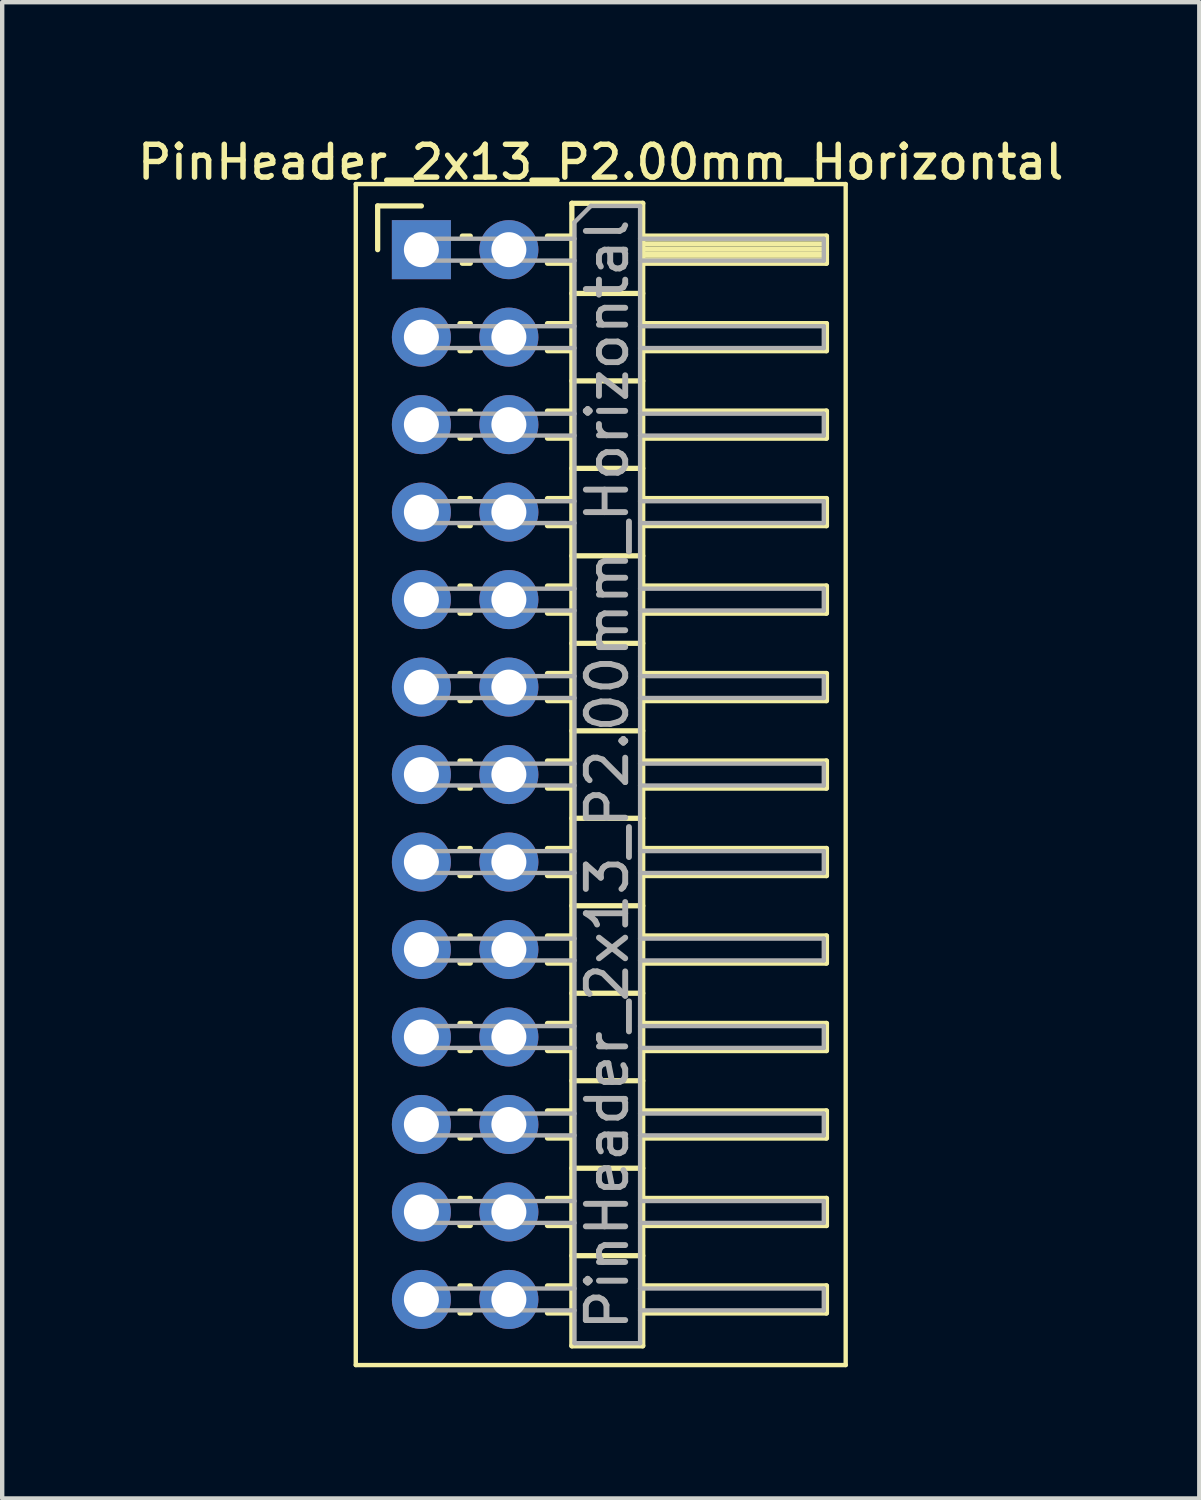
<source format=kicad_pcb>
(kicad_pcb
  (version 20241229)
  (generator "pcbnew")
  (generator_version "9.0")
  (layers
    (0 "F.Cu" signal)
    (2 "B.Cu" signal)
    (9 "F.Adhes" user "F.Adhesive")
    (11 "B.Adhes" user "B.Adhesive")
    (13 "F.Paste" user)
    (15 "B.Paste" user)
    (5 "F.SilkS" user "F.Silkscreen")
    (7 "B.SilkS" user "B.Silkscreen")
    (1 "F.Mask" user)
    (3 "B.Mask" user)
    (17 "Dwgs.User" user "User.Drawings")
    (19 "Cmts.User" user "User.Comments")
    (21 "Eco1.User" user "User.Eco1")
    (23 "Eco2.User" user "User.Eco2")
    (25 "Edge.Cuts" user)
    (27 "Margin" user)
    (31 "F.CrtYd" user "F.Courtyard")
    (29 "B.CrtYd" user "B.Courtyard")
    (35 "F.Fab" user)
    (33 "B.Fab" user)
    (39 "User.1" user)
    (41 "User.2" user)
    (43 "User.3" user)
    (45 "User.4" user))
  (footprint "PinHeader_2x13_P2.00mm_Horizontal"
    (layer "F.Cu")
    (at 6.584 2.658)
    (property "Reference" "PinHeader_2x13_P2.00mm_Horizontal" (at 4.1 -2 0) (layer "F.SilkS") (effects (font (size 0.75 0.75) (thickness 0.125))))
    (attr through_hole)
    (fp_line (start -1.5 -1.5) (end -1.5 25.5) (stroke (width 0.1) (type solid)) (layer "F.SilkS"))
    (fp_line (start -1.5 25.5) (end 9.7 25.5) (stroke (width 0.1) (type solid)) (layer "F.SilkS"))
    (fp_line (start -1 -1) (end 0 -1) (stroke (width 0.12) (type solid)) (layer "F.SilkS"))
    (fp_line (start -1 0) (end -1 -1) (stroke (width 0.12) (type solid)) (layer "F.SilkS"))
    (fp_line (start 0.882 1.69) (end 1.118 1.69) (stroke (width 0.12) (type solid)) (layer "F.SilkS"))
    (fp_line (start 0.882 2.31) (end 1.118 2.31) (stroke (width 0.12) (type solid)) (layer "F.SilkS"))
    (fp_line (start 0.882 3.69) (end 1.118 3.69) (stroke (width 0.12) (type solid)) (layer "F.SilkS"))
    (fp_line (start 0.882 4.31) (end 1.118 4.31) (stroke (width 0.12) (type solid)) (layer "F.SilkS"))
    (fp_line (start 0.882 5.69) (end 1.118 5.69) (stroke (width 0.12) (type solid)) (layer "F.SilkS"))
    (fp_line (start 0.882 6.31) (end 1.118 6.31) (stroke (width 0.12) (type solid)) (layer "F.SilkS"))
    (fp_line (start 0.882 7.69) (end 1.118 7.69) (stroke (width 0.12) (type solid)) (layer "F.SilkS"))
    (fp_line (start 0.882 8.31) (end 1.118 8.31) (stroke (width 0.12) (type solid)) (layer "F.SilkS"))
    (fp_line (start 0.882 9.69) (end 1.118 9.69) (stroke (width 0.12) (type solid)) (layer "F.SilkS"))
    (fp_line (start 0.882 10.31) (end 1.118 10.31) (stroke (width 0.12) (type solid)) (layer "F.SilkS"))
    (fp_line (start 0.882 11.69) (end 1.118 11.69) (stroke (width 0.12) (type solid)) (layer "F.SilkS"))
    (fp_line (start 0.882 12.31) (end 1.118 12.31) (stroke (width 0.12) (type solid)) (layer "F.SilkS"))
    (fp_line (start 0.882 13.69) (end 1.118 13.69) (stroke (width 0.12) (type solid)) (layer "F.SilkS"))
    (fp_line (start 0.882 14.31) (end 1.118 14.31) (stroke (width 0.12) (type solid)) (layer "F.SilkS"))
    (fp_line (start 0.882 15.69) (end 1.118 15.69) (stroke (width 0.12) (type solid)) (layer "F.SilkS"))
    (fp_line (start 0.882 16.31) (end 1.118 16.31) (stroke (width 0.12) (type solid)) (layer "F.SilkS"))
    (fp_line (start 0.882 17.69) (end 1.118 17.69) (stroke (width 0.12) (type solid)) (layer "F.SilkS"))
    (fp_line (start 0.882 18.31) (end 1.118 18.31) (stroke (width 0.12) (type solid)) (layer "F.SilkS"))
    (fp_line (start 0.882 19.69) (end 1.118 19.69) (stroke (width 0.12) (type solid)) (layer "F.SilkS"))
    (fp_line (start 0.882 20.31) (end 1.118 20.31) (stroke (width 0.12) (type solid)) (layer "F.SilkS"))
    (fp_line (start 0.882 21.69) (end 1.118 21.69) (stroke (width 0.12) (type solid)) (layer "F.SilkS"))
    (fp_line (start 0.882 22.31) (end 1.118 22.31) (stroke (width 0.12) (type solid)) (layer "F.SilkS"))
    (fp_line (start 0.882 23.69) (end 1.118 23.69) (stroke (width 0.12) (type solid)) (layer "F.SilkS"))
    (fp_line (start 0.882 24.31) (end 1.118 24.31) (stroke (width 0.12) (type solid)) (layer "F.SilkS"))
    (fp_line (start 0.935 -0.31) (end 1.118 -0.31) (stroke (width 0.12) (type solid)) (layer "F.SilkS"))
    (fp_line (start 0.935 0.31) (end 1.118 0.31) (stroke (width 0.12) (type solid)) (layer "F.SilkS"))
    (fp_line (start 2.882 -0.31) (end 3.44 -0.31) (stroke (width 0.12) (type solid)) (layer "F.SilkS"))
    (fp_line (start 2.882 0.31) (end 3.44 0.31) (stroke (width 0.12) (type solid)) (layer "F.SilkS"))
    (fp_line (start 2.882 1.69) (end 3.44 1.69) (stroke (width 0.12) (type solid)) (layer "F.SilkS"))
    (fp_line (start 2.882 2.31) (end 3.44 2.31) (stroke (width 0.12) (type solid)) (layer "F.SilkS"))
    (fp_line (start 2.882 3.69) (end 3.44 3.69) (stroke (width 0.12) (type solid)) (layer "F.SilkS"))
    (fp_line (start 2.882 4.31) (end 3.44 4.31) (stroke (width 0.12) (type solid)) (layer "F.SilkS"))
    (fp_line (start 2.882 5.69) (end 3.44 5.69) (stroke (width 0.12) (type solid)) (layer "F.SilkS"))
    (fp_line (start 2.882 6.31) (end 3.44 6.31) (stroke (width 0.12) (type solid)) (layer "F.SilkS"))
    (fp_line (start 2.882 7.69) (end 3.44 7.69) (stroke (width 0.12) (type solid)) (layer "F.SilkS"))
    (fp_line (start 2.882 8.31) (end 3.44 8.31) (stroke (width 0.12) (type solid)) (layer "F.SilkS"))
    (fp_line (start 2.882 9.69) (end 3.44 9.69) (stroke (width 0.12) (type solid)) (layer "F.SilkS"))
    (fp_line (start 2.882 10.31) (end 3.44 10.31) (stroke (width 0.12) (type solid)) (layer "F.SilkS"))
    (fp_line (start 2.882 11.69) (end 3.44 11.69) (stroke (width 0.12) (type solid)) (layer "F.SilkS"))
    (fp_line (start 2.882 12.31) (end 3.44 12.31) (stroke (width 0.12) (type solid)) (layer "F.SilkS"))
    (fp_line (start 2.882 13.69) (end 3.44 13.69) (stroke (width 0.12) (type solid)) (layer "F.SilkS"))
    (fp_line (start 2.882 14.31) (end 3.44 14.31) (stroke (width 0.12) (type solid)) (layer "F.SilkS"))
    (fp_line (start 2.882 15.69) (end 3.44 15.69) (stroke (width 0.12) (type solid)) (layer "F.SilkS"))
    (fp_line (start 2.882 16.31) (end 3.44 16.31) (stroke (width 0.12) (type solid)) (layer "F.SilkS"))
    (fp_line (start 2.882 17.69) (end 3.44 17.69) (stroke (width 0.12) (type solid)) (layer "F.SilkS"))
    (fp_line (start 2.882 18.31) (end 3.44 18.31) (stroke (width 0.12) (type solid)) (layer "F.SilkS"))
    (fp_line (start 2.882 19.69) (end 3.44 19.69) (stroke (width 0.12) (type solid)) (layer "F.SilkS"))
    (fp_line (start 2.882 20.31) (end 3.44 20.31) (stroke (width 0.12) (type solid)) (layer "F.SilkS"))
    (fp_line (start 2.882 21.69) (end 3.44 21.69) (stroke (width 0.12) (type solid)) (layer "F.SilkS"))
    (fp_line (start 2.882 22.31) (end 3.44 22.31) (stroke (width 0.12) (type solid)) (layer "F.SilkS"))
    (fp_line (start 2.882 23.69) (end 3.44 23.69) (stroke (width 0.12) (type solid)) (layer "F.SilkS"))
    (fp_line (start 2.882 24.31) (end 3.44 24.31) (stroke (width 0.12) (type solid)) (layer "F.SilkS"))
    (fp_line (start 3.44 -1.06) (end 3.44 25.06) (stroke (width 0.12) (type solid)) (layer "F.SilkS"))
    (fp_line (start 3.44 1) (end 5.06 1) (stroke (width 0.12) (type solid)) (layer "F.SilkS"))
    (fp_line (start 3.44 3) (end 5.06 3) (stroke (width 0.12) (type solid)) (layer "F.SilkS"))
    (fp_line (start 3.44 5) (end 5.06 5) (stroke (width 0.12) (type solid)) (layer "F.SilkS"))
    (fp_line (start 3.44 7) (end 5.06 7) (stroke (width 0.12) (type solid)) (layer "F.SilkS"))
    (fp_line (start 3.44 9) (end 5.06 9) (stroke (width 0.12) (type solid)) (layer "F.SilkS"))
    (fp_line (start 3.44 11) (end 5.06 11) (stroke (width 0.12) (type solid)) (layer "F.SilkS"))
    (fp_line (start 3.44 13) (end 5.06 13) (stroke (width 0.12) (type solid)) (layer "F.SilkS"))
    (fp_line (start 3.44 15) (end 5.06 15) (stroke (width 0.12) (type solid)) (layer "F.SilkS"))
    (fp_line (start 3.44 17) (end 5.06 17) (stroke (width 0.12) (type solid)) (layer "F.SilkS"))
    (fp_line (start 3.44 19) (end 5.06 19) (stroke (width 0.12) (type solid)) (layer "F.SilkS"))
    (fp_line (start 3.44 21) (end 5.06 21) (stroke (width 0.12) (type solid)) (layer "F.SilkS"))
    (fp_line (start 3.44 23) (end 5.06 23) (stroke (width 0.12) (type solid)) (layer "F.SilkS"))
    (fp_line (start 3.44 25.06) (end 5.06 25.06) (stroke (width 0.12) (type solid)) (layer "F.SilkS"))
    (fp_line (start 5.06 -1.06) (end 3.44 -1.06) (stroke (width 0.12) (type solid)) (layer "F.SilkS"))
    (fp_line (start 5.06 -0.31) (end 9.26 -0.31) (stroke (width 0.12) (type solid)) (layer "F.SilkS"))
    (fp_line (start 5.06 -0.25) (end 9.26 -0.25) (stroke (width 0.12) (type solid)) (layer "F.SilkS"))
    (fp_line (start 5.06 -0.13) (end 9.26 -0.13) (stroke (width 0.12) (type solid)) (layer "F.SilkS"))
    (fp_line (start 5.06 -0.01) (end 9.26 -0.01) (stroke (width 0.12) (type solid)) (layer "F.SilkS"))
    (fp_line (start 5.06 0.11) (end 9.26 0.11) (stroke (width 0.12) (type solid)) (layer "F.SilkS"))
    (fp_line (start 5.06 0.23) (end 9.26 0.23) (stroke (width 0.12) (type solid)) (layer "F.SilkS"))
    (fp_line (start 5.06 1.69) (end 9.26 1.69) (stroke (width 0.12) (type solid)) (layer "F.SilkS"))
    (fp_line (start 5.06 3.69) (end 9.26 3.69) (stroke (width 0.12) (type solid)) (layer "F.SilkS"))
    (fp_line (start 5.06 5.69) (end 9.26 5.69) (stroke (width 0.12) (type solid)) (layer "F.SilkS"))
    (fp_line (start 5.06 7.69) (end 9.26 7.69) (stroke (width 0.12) (type solid)) (layer "F.SilkS"))
    (fp_line (start 5.06 9.69) (end 9.26 9.69) (stroke (width 0.12) (type solid)) (layer "F.SilkS"))
    (fp_line (start 5.06 11.69) (end 9.26 11.69) (stroke (width 0.12) (type solid)) (layer "F.SilkS"))
    (fp_line (start 5.06 13.69) (end 9.26 13.69) (stroke (width 0.12) (type solid)) (layer "F.SilkS"))
    (fp_line (start 5.06 15.69) (end 9.26 15.69) (stroke (width 0.12) (type solid)) (layer "F.SilkS"))
    (fp_line (start 5.06 17.69) (end 9.26 17.69) (stroke (width 0.12) (type solid)) (layer "F.SilkS"))
    (fp_line (start 5.06 19.69) (end 9.26 19.69) (stroke (width 0.12) (type solid)) (layer "F.SilkS"))
    (fp_line (start 5.06 21.69) (end 9.26 21.69) (stroke (width 0.12) (type solid)) (layer "F.SilkS"))
    (fp_line (start 5.06 23.69) (end 9.26 23.69) (stroke (width 0.12) (type solid)) (layer "F.SilkS"))
    (fp_line (start 5.06 25.06) (end 5.06 -1.06) (stroke (width 0.12) (type solid)) (layer "F.SilkS"))
    (fp_line (start 9.26 -0.31) (end 9.26 0.31) (stroke (width 0.12) (type solid)) (layer "F.SilkS"))
    (fp_line (start 9.26 0.31) (end 5.06 0.31) (stroke (width 0.12) (type solid)) (layer "F.SilkS"))
    (fp_line (start 9.26 1.69) (end 9.26 2.31) (stroke (width 0.12) (type solid)) (layer "F.SilkS"))
    (fp_line (start 9.26 2.31) (end 5.06 2.31) (stroke (width 0.12) (type solid)) (layer "F.SilkS"))
    (fp_line (start 9.26 3.69) (end 9.26 4.31) (stroke (width 0.12) (type solid)) (layer "F.SilkS"))
    (fp_line (start 9.26 4.31) (end 5.06 4.31) (stroke (width 0.12) (type solid)) (layer "F.SilkS"))
    (fp_line (start 9.26 5.69) (end 9.26 6.31) (stroke (width 0.12) (type solid)) (layer "F.SilkS"))
    (fp_line (start 9.26 6.31) (end 5.06 6.31) (stroke (width 0.12) (type solid)) (layer "F.SilkS"))
    (fp_line (start 9.26 7.69) (end 9.26 8.31) (stroke (width 0.12) (type solid)) (layer "F.SilkS"))
    (fp_line (start 9.26 8.31) (end 5.06 8.31) (stroke (width 0.12) (type solid)) (layer "F.SilkS"))
    (fp_line (start 9.26 9.69) (end 9.26 10.31) (stroke (width 0.12) (type solid)) (layer "F.SilkS"))
    (fp_line (start 9.26 10.31) (end 5.06 10.31) (stroke (width 0.12) (type solid)) (layer "F.SilkS"))
    (fp_line (start 9.26 11.69) (end 9.26 12.31) (stroke (width 0.12) (type solid)) (layer "F.SilkS"))
    (fp_line (start 9.26 12.31) (end 5.06 12.31) (stroke (width 0.12) (type solid)) (layer "F.SilkS"))
    (fp_line (start 9.26 13.69) (end 9.26 14.31) (stroke (width 0.12) (type solid)) (layer "F.SilkS"))
    (fp_line (start 9.26 14.31) (end 5.06 14.31) (stroke (width 0.12) (type solid)) (layer "F.SilkS"))
    (fp_line (start 9.26 15.69) (end 9.26 16.31) (stroke (width 0.12) (type solid)) (layer "F.SilkS"))
    (fp_line (start 9.26 16.31) (end 5.06 16.31) (stroke (width 0.12) (type solid)) (layer "F.SilkS"))
    (fp_line (start 9.26 17.69) (end 9.26 18.31) (stroke (width 0.12) (type solid)) (layer "F.SilkS"))
    (fp_line (start 9.26 18.31) (end 5.06 18.31) (stroke (width 0.12) (type solid)) (layer "F.SilkS"))
    (fp_line (start 9.26 19.69) (end 9.26 20.31) (stroke (width 0.12) (type solid)) (layer "F.SilkS"))
    (fp_line (start 9.26 20.31) (end 5.06 20.31) (stroke (width 0.12) (type solid)) (layer "F.SilkS"))
    (fp_line (start 9.26 21.69) (end 9.26 22.31) (stroke (width 0.12) (type solid)) (layer "F.SilkS"))
    (fp_line (start 9.26 22.31) (end 5.06 22.31) (stroke (width 0.12) (type solid)) (layer "F.SilkS"))
    (fp_line (start 9.26 23.69) (end 9.26 24.31) (stroke (width 0.12) (type solid)) (layer "F.SilkS"))
    (fp_line (start 9.26 24.31) (end 5.06 24.31) (stroke (width 0.12) (type solid)) (layer "F.SilkS"))
    (fp_line (start 9.7 -1.5) (end -1.5 -1.5) (stroke (width 0.1) (type solid)) (layer "F.SilkS"))
    (fp_line (start 9.7 25.5) (end 9.7 -1.5) (stroke (width 0.1) (type solid)) (layer "F.SilkS"))
    (fp_line (start -0.25 -0.25) (end -0.25 0.25) (stroke (width 0.1) (type solid)) (layer "F.Fab"))
    (fp_line (start -0.25 -0.25) (end 3.5 -0.25) (stroke (width 0.1) (type solid)) (layer "F.Fab"))
    (fp_line (start -0.25 0.25) (end 3.5 0.25) (stroke (width 0.1) (type solid)) (layer "F.Fab"))
    (fp_line (start -0.25 1.75) (end -0.25 2.25) (stroke (width 0.1) (type solid)) (layer "F.Fab"))
    (fp_line (start -0.25 1.75) (end 3.5 1.75) (stroke (width 0.1) (type solid)) (layer "F.Fab"))
    (fp_line (start -0.25 2.25) (end 3.5 2.25) (stroke (width 0.1) (type solid)) (layer "F.Fab"))
    (fp_line (start -0.25 3.75) (end -0.25 4.25) (stroke (width 0.1) (type solid)) (layer "F.Fab"))
    (fp_line (start -0.25 3.75) (end 3.5 3.75) (stroke (width 0.1) (type solid)) (layer "F.Fab"))
    (fp_line (start -0.25 4.25) (end 3.5 4.25) (stroke (width 0.1) (type solid)) (layer "F.Fab"))
    (fp_line (start -0.25 5.75) (end -0.25 6.25) (stroke (width 0.1) (type solid)) (layer "F.Fab"))
    (fp_line (start -0.25 5.75) (end 3.5 5.75) (stroke (width 0.1) (type solid)) (layer "F.Fab"))
    (fp_line (start -0.25 6.25) (end 3.5 6.25) (stroke (width 0.1) (type solid)) (layer "F.Fab"))
    (fp_line (start -0.25 7.75) (end -0.25 8.25) (stroke (width 0.1) (type solid)) (layer "F.Fab"))
    (fp_line (start -0.25 7.75) (end 3.5 7.75) (stroke (width 0.1) (type solid)) (layer "F.Fab"))
    (fp_line (start -0.25 8.25) (end 3.5 8.25) (stroke (width 0.1) (type solid)) (layer "F.Fab"))
    (fp_line (start -0.25 9.75) (end -0.25 10.25) (stroke (width 0.1) (type solid)) (layer "F.Fab"))
    (fp_line (start -0.25 9.75) (end 3.5 9.75) (stroke (width 0.1) (type solid)) (layer "F.Fab"))
    (fp_line (start -0.25 10.25) (end 3.5 10.25) (stroke (width 0.1) (type solid)) (layer "F.Fab"))
    (fp_line (start -0.25 11.75) (end -0.25 12.25) (stroke (width 0.1) (type solid)) (layer "F.Fab"))
    (fp_line (start -0.25 11.75) (end 3.5 11.75) (stroke (width 0.1) (type solid)) (layer "F.Fab"))
    (fp_line (start -0.25 12.25) (end 3.5 12.25) (stroke (width 0.1) (type solid)) (layer "F.Fab"))
    (fp_line (start -0.25 13.75) (end -0.25 14.25) (stroke (width 0.1) (type solid)) (layer "F.Fab"))
    (fp_line (start -0.25 13.75) (end 3.5 13.75) (stroke (width 0.1) (type solid)) (layer "F.Fab"))
    (fp_line (start -0.25 14.25) (end 3.5 14.25) (stroke (width 0.1) (type solid)) (layer "F.Fab"))
    (fp_line (start -0.25 15.75) (end -0.25 16.25) (stroke (width 0.1) (type solid)) (layer "F.Fab"))
    (fp_line (start -0.25 15.75) (end 3.5 15.75) (stroke (width 0.1) (type solid)) (layer "F.Fab"))
    (fp_line (start -0.25 16.25) (end 3.5 16.25) (stroke (width 0.1) (type solid)) (layer "F.Fab"))
    (fp_line (start -0.25 17.75) (end -0.25 18.25) (stroke (width 0.1) (type solid)) (layer "F.Fab"))
    (fp_line (start -0.25 17.75) (end 3.5 17.75) (stroke (width 0.1) (type solid)) (layer "F.Fab"))
    (fp_line (start -0.25 18.25) (end 3.5 18.25) (stroke (width 0.1) (type solid)) (layer "F.Fab"))
    (fp_line (start -0.25 19.75) (end -0.25 20.25) (stroke (width 0.1) (type solid)) (layer "F.Fab"))
    (fp_line (start -0.25 19.75) (end 3.5 19.75) (stroke (width 0.1) (type solid)) (layer "F.Fab"))
    (fp_line (start -0.25 20.25) (end 3.5 20.25) (stroke (width 0.1) (type solid)) (layer "F.Fab"))
    (fp_line (start -0.25 21.75) (end -0.25 22.25) (stroke (width 0.1) (type solid)) (layer "F.Fab"))
    (fp_line (start -0.25 21.75) (end 3.5 21.75) (stroke (width 0.1) (type solid)) (layer "F.Fab"))
    (fp_line (start -0.25 22.25) (end 3.5 22.25) (stroke (width 0.1) (type solid)) (layer "F.Fab"))
    (fp_line (start -0.25 23.75) (end -0.25 24.25) (stroke (width 0.1) (type solid)) (layer "F.Fab"))
    (fp_line (start -0.25 23.75) (end 3.5 23.75) (stroke (width 0.1) (type solid)) (layer "F.Fab"))
    (fp_line (start -0.25 24.25) (end 3.5 24.25) (stroke (width 0.1) (type solid)) (layer "F.Fab"))
    (fp_line (start 3.5 -0.625) (end 3.875 -1) (stroke (width 0.1) (type solid)) (layer "F.Fab"))
    (fp_line (start 3.5 25) (end 3.5 -0.625) (stroke (width 0.1) (type solid)) (layer "F.Fab"))
    (fp_line (start 3.875 -1) (end 5 -1) (stroke (width 0.1) (type solid)) (layer "F.Fab"))
    (fp_line (start 5 -1) (end 5 25) (stroke (width 0.1) (type solid)) (layer "F.Fab"))
    (fp_line (start 5 -0.25) (end 9.2 -0.25) (stroke (width 0.1) (type solid)) (layer "F.Fab"))
    (fp_line (start 5 0.25) (end 9.2 0.25) (stroke (width 0.1) (type solid)) (layer "F.Fab"))
    (fp_line (start 5 1.75) (end 9.2 1.75) (stroke (width 0.1) (type solid)) (layer "F.Fab"))
    (fp_line (start 5 2.25) (end 9.2 2.25) (stroke (width 0.1) (type solid)) (layer "F.Fab"))
    (fp_line (start 5 3.75) (end 9.2 3.75) (stroke (width 0.1) (type solid)) (layer "F.Fab"))
    (fp_line (start 5 4.25) (end 9.2 4.25) (stroke (width 0.1) (type solid)) (layer "F.Fab"))
    (fp_line (start 5 5.75) (end 9.2 5.75) (stroke (width 0.1) (type solid)) (layer "F.Fab"))
    (fp_line (start 5 6.25) (end 9.2 6.25) (stroke (width 0.1) (type solid)) (layer "F.Fab"))
    (fp_line (start 5 7.75) (end 9.2 7.75) (stroke (width 0.1) (type solid)) (layer "F.Fab"))
    (fp_line (start 5 8.25) (end 9.2 8.25) (stroke (width 0.1) (type solid)) (layer "F.Fab"))
    (fp_line (start 5 9.75) (end 9.2 9.75) (stroke (width 0.1) (type solid)) (layer "F.Fab"))
    (fp_line (start 5 10.25) (end 9.2 10.25) (stroke (width 0.1) (type solid)) (layer "F.Fab"))
    (fp_line (start 5 11.75) (end 9.2 11.75) (stroke (width 0.1) (type solid)) (layer "F.Fab"))
    (fp_line (start 5 12.25) (end 9.2 12.25) (stroke (width 0.1) (type solid)) (layer "F.Fab"))
    (fp_line (start 5 13.75) (end 9.2 13.75) (stroke (width 0.1) (type solid)) (layer "F.Fab"))
    (fp_line (start 5 14.25) (end 9.2 14.25) (stroke (width 0.1) (type solid)) (layer "F.Fab"))
    (fp_line (start 5 15.75) (end 9.2 15.75) (stroke (width 0.1) (type solid)) (layer "F.Fab"))
    (fp_line (start 5 16.25) (end 9.2 16.25) (stroke (width 0.1) (type solid)) (layer "F.Fab"))
    (fp_line (start 5 17.75) (end 9.2 17.75) (stroke (width 0.1) (type solid)) (layer "F.Fab"))
    (fp_line (start 5 18.25) (end 9.2 18.25) (stroke (width 0.1) (type solid)) (layer "F.Fab"))
    (fp_line (start 5 19.75) (end 9.2 19.75) (stroke (width 0.1) (type solid)) (layer "F.Fab"))
    (fp_line (start 5 20.25) (end 9.2 20.25) (stroke (width 0.1) (type solid)) (layer "F.Fab"))
    (fp_line (start 5 21.75) (end 9.2 21.75) (stroke (width 0.1) (type solid)) (layer "F.Fab"))
    (fp_line (start 5 22.25) (end 9.2 22.25) (stroke (width 0.1) (type solid)) (layer "F.Fab"))
    (fp_line (start 5 23.75) (end 9.2 23.75) (stroke (width 0.1) (type solid)) (layer "F.Fab"))
    (fp_line (start 5 24.25) (end 9.2 24.25) (stroke (width 0.1) (type solid)) (layer "F.Fab"))
    (fp_line (start 5 25) (end 3.5 25) (stroke (width 0.1) (type solid)) (layer "F.Fab"))
    (fp_line (start 9.2 -0.25) (end 9.2 0.25) (stroke (width 0.1) (type solid)) (layer "F.Fab"))
    (fp_line (start 9.2 1.75) (end 9.2 2.25) (stroke (width 0.1) (type solid)) (layer "F.Fab"))
    (fp_line (start 9.2 3.75) (end 9.2 4.25) (stroke (width 0.1) (type solid)) (layer "F.Fab"))
    (fp_line (start 9.2 5.75) (end 9.2 6.25) (stroke (width 0.1) (type solid)) (layer "F.Fab"))
    (fp_line (start 9.2 7.75) (end 9.2 8.25) (stroke (width 0.1) (type solid)) (layer "F.Fab"))
    (fp_line (start 9.2 9.75) (end 9.2 10.25) (stroke (width 0.1) (type solid)) (layer "F.Fab"))
    (fp_line (start 9.2 11.75) (end 9.2 12.25) (stroke (width 0.1) (type solid)) (layer "F.Fab"))
    (fp_line (start 9.2 13.75) (end 9.2 14.25) (stroke (width 0.1) (type solid)) (layer "F.Fab"))
    (fp_line (start 9.2 15.75) (end 9.2 16.25) (stroke (width 0.1) (type solid)) (layer "F.Fab"))
    (fp_line (start 9.2 17.75) (end 9.2 18.25) (stroke (width 0.1) (type solid)) (layer "F.Fab"))
    (fp_line (start 9.2 19.75) (end 9.2 20.25) (stroke (width 0.1) (type solid)) (layer "F.Fab"))
    (fp_line (start 9.2 21.75) (end 9.2 22.25) (stroke (width 0.1) (type solid)) (layer "F.Fab"))
    (fp_line (start 9.2 23.75) (end 9.2 24.25) (stroke (width 0.1) (type solid)) (layer "F.Fab"))
    (fp_text user "${REFERENCE}" (at 4.25 12 90) (layer "F.Fab") (effects (font (size 0.9 0.9) (thickness 0.135))))
    (pad "1" thru_hole rect (at 0 0) (size 1.35 1.35) (drill 0.8) (layers "*.Cu" "*.Mask"))
    (pad "2" thru_hole oval (at 2 0) (size 1.35 1.35) (drill 0.8) (layers "*.Cu" "*.Mask"))
    (pad "3" thru_hole oval (at 0 2) (size 1.35 1.35) (drill 0.8) (layers "*.Cu" "*.Mask"))
    (pad "4" thru_hole oval (at 2 2) (size 1.35 1.35) (drill 0.8) (layers "*.Cu" "*.Mask"))
    (pad "5" thru_hole oval (at 0 4) (size 1.35 1.35) (drill 0.8) (layers "*.Cu" "*.Mask"))
    (pad "6" thru_hole oval (at 2 4) (size 1.35 1.35) (drill 0.8) (layers "*.Cu" "*.Mask"))
    (pad "7" thru_hole oval (at 0 6) (size 1.35 1.35) (drill 0.8) (layers "*.Cu" "*.Mask"))
    (pad "8" thru_hole oval (at 2 6) (size 1.35 1.35) (drill 0.8) (layers "*.Cu" "*.Mask"))
    (pad "9" thru_hole oval (at 0 8) (size 1.35 1.35) (drill 0.8) (layers "*.Cu" "*.Mask"))
    (pad "10" thru_hole oval (at 2 8) (size 1.35 1.35) (drill 0.8) (layers "*.Cu" "*.Mask"))
    (pad "11" thru_hole oval (at 0 10) (size 1.35 1.35) (drill 0.8) (layers "*.Cu" "*.Mask"))
    (pad "12" thru_hole oval (at 2 10) (size 1.35 1.35) (drill 0.8) (layers "*.Cu" "*.Mask"))
    (pad "13" thru_hole oval (at 0 12) (size 1.35 1.35) (drill 0.8) (layers "*.Cu" "*.Mask"))
    (pad "14" thru_hole oval (at 2 12) (size 1.35 1.35) (drill 0.8) (layers "*.Cu" "*.Mask"))
    (pad "15" thru_hole oval (at 0 14) (size 1.35 1.35) (drill 0.8) (layers "*.Cu" "*.Mask"))
    (pad "16" thru_hole oval (at 2 14) (size 1.35 1.35) (drill 0.8) (layers "*.Cu" "*.Mask"))
    (pad "17" thru_hole oval (at 0 16) (size 1.35 1.35) (drill 0.8) (layers "*.Cu" "*.Mask"))
    (pad "18" thru_hole oval (at 2 16) (size 1.35 1.35) (drill 0.8) (layers "*.Cu" "*.Mask"))
    (pad "19" thru_hole oval (at 0 18) (size 1.35 1.35) (drill 0.8) (layers "*.Cu" "*.Mask"))
    (pad "20" thru_hole oval (at 2 18) (size 1.35 1.35) (drill 0.8) (layers "*.Cu" "*.Mask"))
    (pad "21" thru_hole oval (at 0 20) (size 1.35 1.35) (drill 0.8) (layers "*.Cu" "*.Mask"))
    (pad "22" thru_hole oval (at 2 20) (size 1.35 1.35) (drill 0.8) (layers "*.Cu" "*.Mask"))
    (pad "23" thru_hole oval (at 0 22) (size 1.35 1.35) (drill 0.8) (layers "*.Cu" "*.Mask"))
    (pad "24" thru_hole oval (at 2 22) (size 1.35 1.35) (drill 0.8) (layers "*.Cu" "*.Mask"))
    (pad "25" thru_hole oval (at 0 24) (size 1.35 1.35) (drill 0.8) (layers "*.Cu" "*.Mask"))
    (pad "26" thru_hole oval (at 2 24) (size 1.35 1.35) (drill 0.8) (layers "*.Cu" "*.Mask")))
  (gr_rect
    (start -3 -3)
    (end 24.368 31.208)
    (stroke (width 0.1) (type default))
    (fill no)
    (layer "Edge.Cuts")))
</source>
